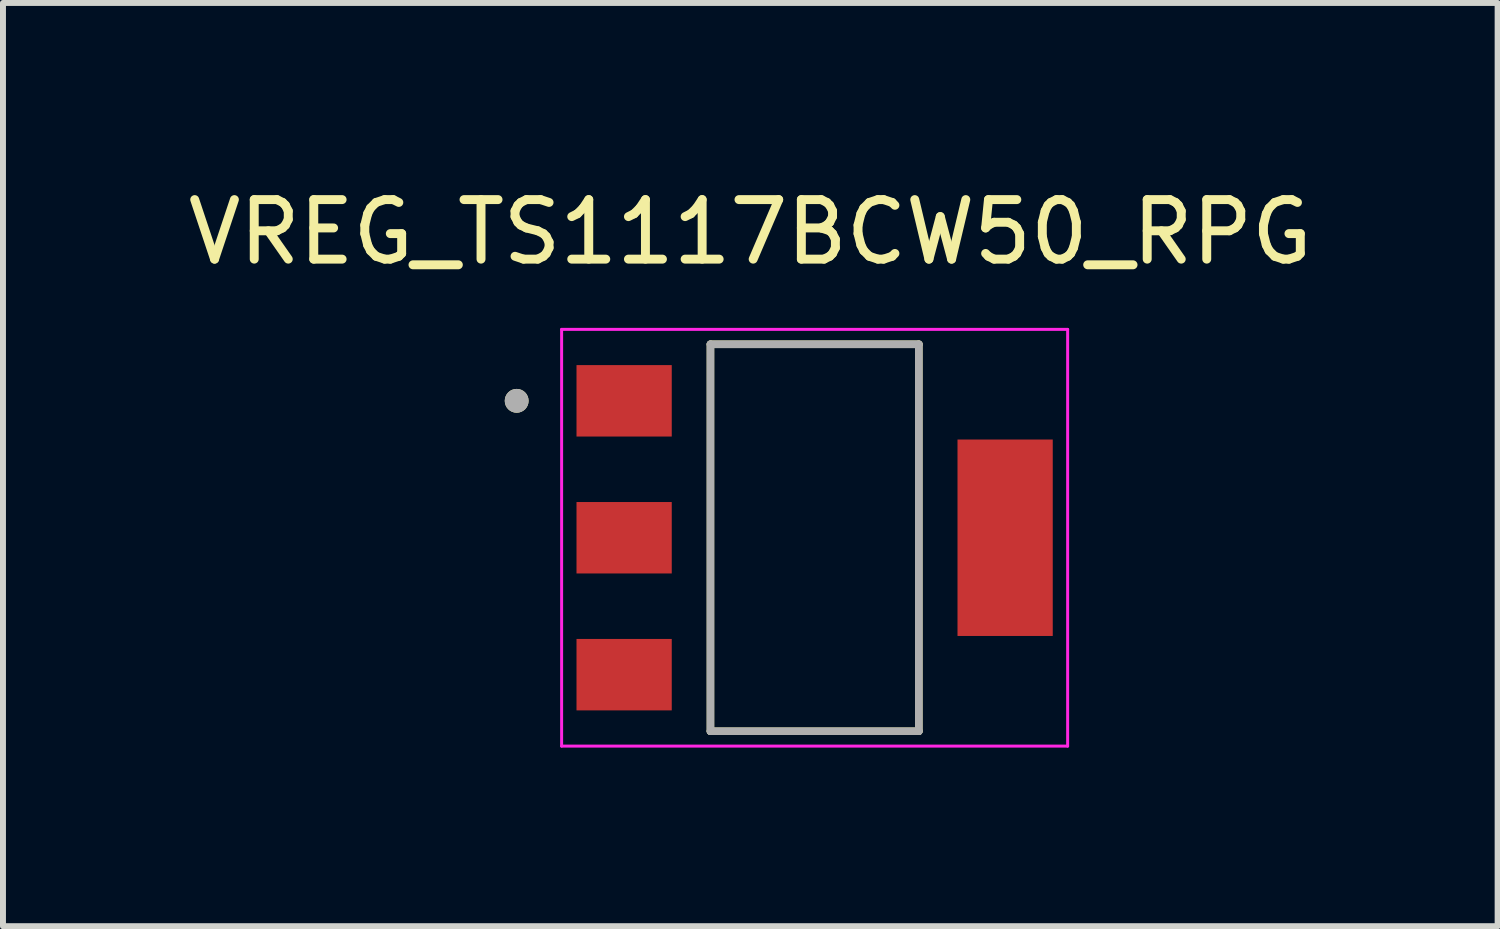
<source format=kicad_pcb>
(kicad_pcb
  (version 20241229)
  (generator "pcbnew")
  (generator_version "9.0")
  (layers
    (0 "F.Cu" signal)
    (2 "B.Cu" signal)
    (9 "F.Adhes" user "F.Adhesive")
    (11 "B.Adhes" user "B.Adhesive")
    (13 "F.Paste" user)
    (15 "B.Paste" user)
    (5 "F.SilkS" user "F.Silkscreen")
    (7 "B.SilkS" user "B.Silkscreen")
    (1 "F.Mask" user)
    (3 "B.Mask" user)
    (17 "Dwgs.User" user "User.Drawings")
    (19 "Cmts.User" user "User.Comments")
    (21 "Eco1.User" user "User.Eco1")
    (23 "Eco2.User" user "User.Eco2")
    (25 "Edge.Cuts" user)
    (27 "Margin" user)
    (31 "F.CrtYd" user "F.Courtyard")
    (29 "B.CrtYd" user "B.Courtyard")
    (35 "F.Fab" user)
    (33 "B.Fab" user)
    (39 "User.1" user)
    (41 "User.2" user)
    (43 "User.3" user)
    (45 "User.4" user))
  (footprint "VREG_TS1117BCW50_RPG"
    (layer "F.Cu")
    (at 10.634 5.983)
    (property "Reference" "VREG_TS1117BCW50_RPG" (at -1.08 -5.135 0) (layer "F.SilkS") (effects (font (size 1 1) (thickness 0.15))))
    (attr smd)
    (fp_line (start -1.75 -3.25) (end 1.75 -3.25) (stroke (width 0.127) (type solid)) (layer "F.SilkS"))
    (fp_line (start -1.75 3.25) (end -1.75 -3.25) (stroke (width 0.127) (type solid)) (layer "F.SilkS"))
    (fp_line (start 1.75 -3.25) (end 1.75 3.25) (stroke (width 0.127) (type solid)) (layer "F.SilkS"))
    (fp_line (start 1.75 3.25) (end -1.75 3.25) (stroke (width 0.127) (type solid)) (layer "F.SilkS"))
    (fp_circle (center -5.005 -2.3) (end -4.905 -2.3) (stroke (width 0.2) (type solid)) (fill no) (layer "F.SilkS"))
    (fp_line (start -4.25 -3.5) (end -4.25 3.5) (stroke (width 0.05) (type solid)) (layer "F.CrtYd"))
    (fp_line (start -4.25 3.5) (end 4.25 3.5) (stroke (width 0.05) (type solid)) (layer "F.CrtYd"))
    (fp_line (start 4.25 -3.5) (end -4.25 -3.5) (stroke (width 0.05) (type solid)) (layer "F.CrtYd"))
    (fp_line (start 4.25 3.5) (end 4.25 -3.5) (stroke (width 0.05) (type solid)) (layer "F.CrtYd"))
    (fp_line (start -1.75 -3.25) (end 1.75 -3.25) (stroke (width 0.127) (type solid)) (layer "F.Fab"))
    (fp_line (start -1.75 3.25) (end -1.75 -3.25) (stroke (width 0.127) (type solid)) (layer "F.Fab"))
    (fp_line (start 1.75 -3.25) (end 1.75 3.25) (stroke (width 0.127) (type solid)) (layer "F.Fab"))
    (fp_line (start 1.75 3.25) (end -1.75 3.25) (stroke (width 0.127) (type solid)) (layer "F.Fab"))
    (fp_circle (center -5.005 -2.3) (end -4.905 -2.3) (stroke (width 0.2) (type solid)) (fill no) (layer "F.Fab"))
    (pad "1" smd rect (at -3.2 -2.3) (size 1.6 1.2) (layers "F.Cu" "F.Mask" "F.Paste"))
    (pad "2" smd rect (at -3.2 0) (size 1.6 1.2) (layers "F.Cu" "F.Mask" "F.Paste"))
    (pad "3" smd rect (at -3.2 2.3) (size 1.6 1.2) (layers "F.Cu" "F.Mask" "F.Paste"))
    (pad "4" smd rect (at 3.2 0) (size 1.6 3.3) (layers "F.Cu" "F.Mask" "F.Paste")))
  (gr_rect
    (start -3 -3)
    (end 22.107 12.508)
    (stroke (width 0.1) (type default))
    (fill no)
    (layer "Edge.Cuts")))
</source>
